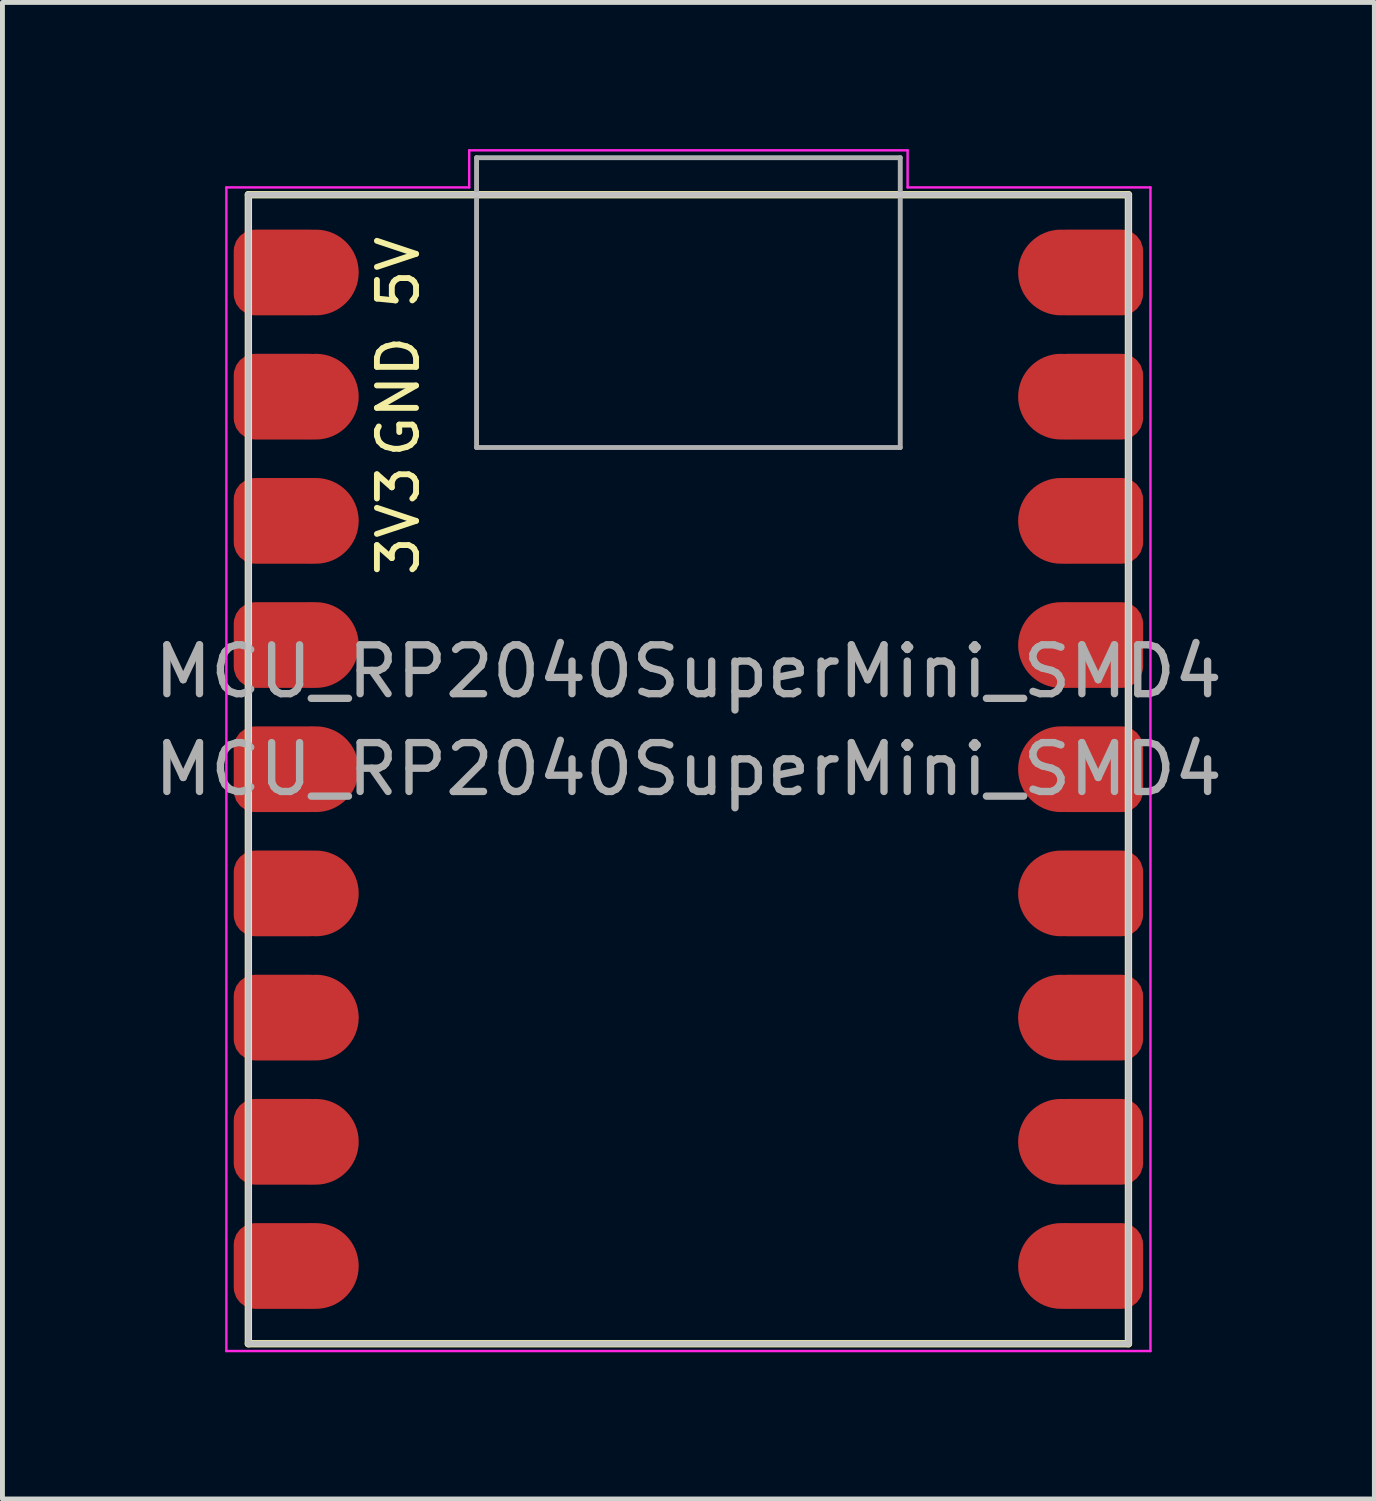
<source format=kicad_pcb>
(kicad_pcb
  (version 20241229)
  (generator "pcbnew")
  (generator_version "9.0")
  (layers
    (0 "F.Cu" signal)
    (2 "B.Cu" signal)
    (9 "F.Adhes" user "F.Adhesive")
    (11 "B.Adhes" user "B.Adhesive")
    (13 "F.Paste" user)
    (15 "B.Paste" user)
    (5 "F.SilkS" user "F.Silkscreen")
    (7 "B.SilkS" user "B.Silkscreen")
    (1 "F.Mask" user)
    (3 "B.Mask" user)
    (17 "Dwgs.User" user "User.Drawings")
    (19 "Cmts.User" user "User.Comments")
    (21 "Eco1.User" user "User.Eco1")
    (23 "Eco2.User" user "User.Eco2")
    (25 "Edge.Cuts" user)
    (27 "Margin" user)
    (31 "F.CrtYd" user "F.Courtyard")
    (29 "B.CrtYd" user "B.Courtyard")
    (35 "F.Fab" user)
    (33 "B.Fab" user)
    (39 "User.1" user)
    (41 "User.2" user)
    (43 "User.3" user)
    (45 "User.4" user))
  (footprint "MCU_RP2040SuperMini_SMD4"
    (layer "F.Cu")
    (at 11.03 12.683)
    (property "Reference" "MCU_RP2040SuperMini_SMD4" (at 0 -2 0) (layer "F.Fab") (effects (font (size 1 1) (thickness 0.15))))
    (fp_line (start -9 -11.75) (end -9 11.75) (stroke (width 0.15) (type default)) (layer "F.SilkS"))
    (fp_line (start -9 -11.75) (end 9 -11.75) (stroke (width 0.15) (type default)) (layer "F.SilkS"))
    (fp_line (start 9 11.75) (end -9 11.75) (stroke (width 0.15) (type default)) (layer "F.SilkS"))
    (fp_line (start 9 11.75) (end 9 -11.75) (stroke (width 0.15) (type default)) (layer "F.SilkS"))
    (fp_line (start -9 -11.75) (end -9 11.75) (stroke (width 0.12) (type default)) (layer "Dwgs.User"))
    (fp_line (start -9 -11.75) (end 9 -11.75) (stroke (width 0.12) (type default)) (layer "Dwgs.User"))
    (fp_line (start 9 -11.75) (end 9 11.75) (stroke (width 0.12) (type default)) (layer "Dwgs.User"))
    (fp_line (start 9 11.75) (end -9 11.75) (stroke (width 0.12) (type default)) (layer "Dwgs.User"))
    (fp_line (start -9.45 -11.9) (end -4.483 -11.9) (stroke (width 0.05) (type default)) (layer "F.CrtYd"))
    (fp_line (start -9.45 11.9) (end -9.45 -11.9) (stroke (width 0.05) (type default)) (layer "F.CrtYd"))
    (fp_line (start -4.483 -12.658) (end -4.483 -11.9) (stroke (width 0.05) (type default)) (layer "F.CrtYd"))
    (fp_line (start -4.483 -12.658) (end 4.483 -12.658) (stroke (width 0.05) (type default)) (layer "F.CrtYd"))
    (fp_line (start 4.483 -12.658) (end 4.483 -11.9) (stroke (width 0.05) (type default)) (layer "F.CrtYd"))
    (fp_line (start 4.483 -11.9) (end 9.45 -11.9) (stroke (width 0.05) (type default)) (layer "F.CrtYd"))
    (fp_line (start 9.45 11.9) (end -9.45 11.9) (stroke (width 0.05) (type solid)) (layer "F.CrtYd"))
    (fp_line (start 9.45 11.9) (end 9.45 -11.9) (stroke (width 0.05) (type default)) (layer "F.CrtYd"))
    (fp_line (start -4.333 -12.508) (end -4.333 -6.58) (stroke (width 0.1) (type default)) (layer "F.Fab"))
    (fp_line (start -4.333 -12.508) (end 4.333 -12.508) (stroke (width 0.1) (type default)) (layer "F.Fab"))
    (fp_line (start -4.333 -6.58) (end 4.333 -6.58) (stroke (width 0.1) (type default)) (layer "F.Fab"))
    (fp_line (start 4.333 -12.508) (end 4.333 -6.58) (stroke (width 0.1) (type default)) (layer "F.Fab"))
    (fp_text user "3V3" (at -5.935 -5.08 90) (layer "F.SilkS") (effects (font (size 0.8 0.8) (thickness 0.12))))
    (fp_text user "GND" (at -5.935 -7.62 90) (layer "F.SilkS") (effects (font (size 0.8 0.8) (thickness 0.12))))
    (fp_text user "5V" (at -5.935 -10.16 90) (layer "F.SilkS") (effects (font (size 0.8 0.8) (thickness 0.12))))
    (fp_text user "${REFERENCE}" (at 0 0 0) (unlocked yes) (layer "F.Fab") (effects (font (size 1 1) (thickness 0.15))))
    (pad "1" smd roundrect (at -8.3 -10.16) (size 2 1.753) (layers "F.Cu" "F.Mask") (roundrect_rratio 0.25) (chamfer_ratio 0.2) (chamfer))
    (pad "1" smd circle (at -7.62 -10.16) (size 1.753 1.753) (layers "F.Cu" "F.Mask"))
    (pad "2" smd roundrect (at -8.3 -7.62) (size 2 1.753) (layers "F.Cu" "F.Mask") (roundrect_rratio 0.25) (chamfer_ratio 0.2) (chamfer))
    (pad "2" smd circle (at -7.62 -7.62) (size 1.753 1.753) (layers "F.Cu" "F.Mask"))
    (pad "3" smd roundrect (at -8.3 -5.08) (size 2 1.753) (layers "F.Cu" "F.Mask") (roundrect_rratio 0.25) (chamfer_ratio 0.2) (chamfer))
    (pad "3" smd circle (at -7.62 -5.08) (size 1.753 1.753) (layers "F.Cu" "F.Mask"))
    (pad "4" smd roundrect (at -8.3 -2.54) (size 2 1.753) (layers "F.Cu" "F.Mask") (roundrect_rratio 0.25) (chamfer_ratio 0.2) (chamfer))
    (pad "4" smd circle (at -7.62 -2.54) (size 1.753 1.753) (layers "F.Cu" "F.Mask"))
    (pad "5" smd roundrect (at -8.3 0) (size 2 1.753) (layers "F.Cu" "F.Mask") (roundrect_rratio 0.25) (chamfer_ratio 0.2) (chamfer))
    (pad "5" smd circle (at -7.62 0) (size 1.753 1.753) (layers "F.Cu" "F.Mask"))
    (pad "6" smd roundrect (at -8.3 2.54) (size 2 1.753) (layers "F.Cu" "F.Mask") (roundrect_rratio 0.25) (chamfer_ratio 0.2) (chamfer))
    (pad "6" smd circle (at -7.62 2.54) (size 1.753 1.753) (layers "F.Cu" "F.Mask"))
    (pad "7" smd roundrect (at -8.3 5.08) (size 2 1.753) (layers "F.Cu" "F.Mask") (roundrect_rratio 0.25) (chamfer_ratio 0.2) (chamfer))
    (pad "7" smd circle (at -7.62 5.08) (size 1.753 1.753) (layers "F.Cu" "F.Mask"))
    (pad "8" smd roundrect (at -8.3 7.62) (size 2 1.753) (layers "F.Cu" "F.Mask") (roundrect_rratio 0.25) (chamfer_ratio 0.2) (chamfer))
    (pad "8" smd circle (at -7.62 7.62) (size 1.753 1.753) (layers "F.Cu" "F.Mask"))
    (pad "9" smd roundrect (at -8.3 10.16) (size 2 1.753) (layers "F.Cu" "F.Mask") (roundrect_rratio 0.25) (chamfer_ratio 0.2) (chamfer))
    (pad "9" smd circle (at -7.62 10.16) (size 1.753 1.753) (layers "F.Cu" "F.Mask"))
    (pad "10" smd circle (at 7.62 -10.16) (size 1.753 1.753) (layers "F.Cu" "F.Mask"))
    (pad "10" smd roundrect (at 8.3 -10.16) (size 2 1.753) (layers "F.Cu" "F.Mask") (roundrect_rratio 0.25) (chamfer_ratio 0.2) (chamfer))
    (pad "11" smd circle (at 7.62 -7.62) (size 1.753 1.753) (layers "F.Cu" "F.Mask"))
    (pad "11" smd roundrect (at 8.3 -7.62) (size 2 1.753) (layers "F.Cu" "F.Mask") (roundrect_rratio 0.25) (chamfer_ratio 0.2) (chamfer))
    (pad "12" smd circle (at 7.62 -5.08) (size 1.753 1.753) (layers "F.Cu" "F.Mask"))
    (pad "12" smd roundrect (at 8.3 -5.08) (size 2 1.753) (layers "F.Cu" "F.Mask") (roundrect_rratio 0.25) (chamfer_ratio 0.2) (chamfer))
    (pad "13" smd circle (at 7.62 -2.54) (size 1.753 1.753) (layers "F.Cu" "F.Mask"))
    (pad "13" smd roundrect (at 8.3 -2.54) (size 2 1.753) (layers "F.Cu" "F.Mask") (roundrect_rratio 0.25) (chamfer_ratio 0.2) (chamfer))
    (pad "14" smd circle (at 7.62 0) (size 1.753 1.753) (layers "F.Cu" "F.Mask"))
    (pad "14" smd roundrect (at 8.3 0) (size 2 1.753) (layers "F.Cu" "F.Mask") (roundrect_rratio 0.25) (chamfer_ratio 0.2) (chamfer))
    (pad "15" smd circle (at 7.62 2.54) (size 1.753 1.753) (layers "F.Cu" "F.Mask"))
    (pad "15" smd roundrect (at 8.3 2.54) (size 2 1.753) (layers "F.Cu" "F.Mask") (roundrect_rratio 0.25) (chamfer_ratio 0.2) (chamfer))
    (pad "16" smd circle (at 7.62 5.08) (size 1.753 1.753) (layers "F.Cu" "F.Mask"))
    (pad "16" smd roundrect (at 8.3 5.08) (size 2 1.753) (layers "F.Cu" "F.Mask") (roundrect_rratio 0.25) (chamfer_ratio 0.2) (chamfer))
    (pad "17" smd circle (at 7.62 7.62) (size 1.753 1.753) (layers "F.Cu" "F.Mask"))
    (pad "17" smd roundrect (at 8.3 7.62) (size 2 1.753) (layers "F.Cu" "F.Mask") (roundrect_rratio 0.25) (chamfer_ratio 0.2) (chamfer))
    (pad "18" smd circle (at 7.62 10.16) (size 1.753 1.753) (layers "F.Cu" "F.Mask"))
    (pad "18" smd roundrect (at 8.3 10.16) (size 2 1.753) (layers "F.Cu" "F.Mask") (roundrect_rratio 0.25) (chamfer_ratio 0.2) (chamfer)))
  (gr_rect
    (start -3 -3)
    (end 25.06 27.608)
    (stroke (width 0.1) (type default))
    (fill no)
    (layer "Edge.Cuts")))
</source>
